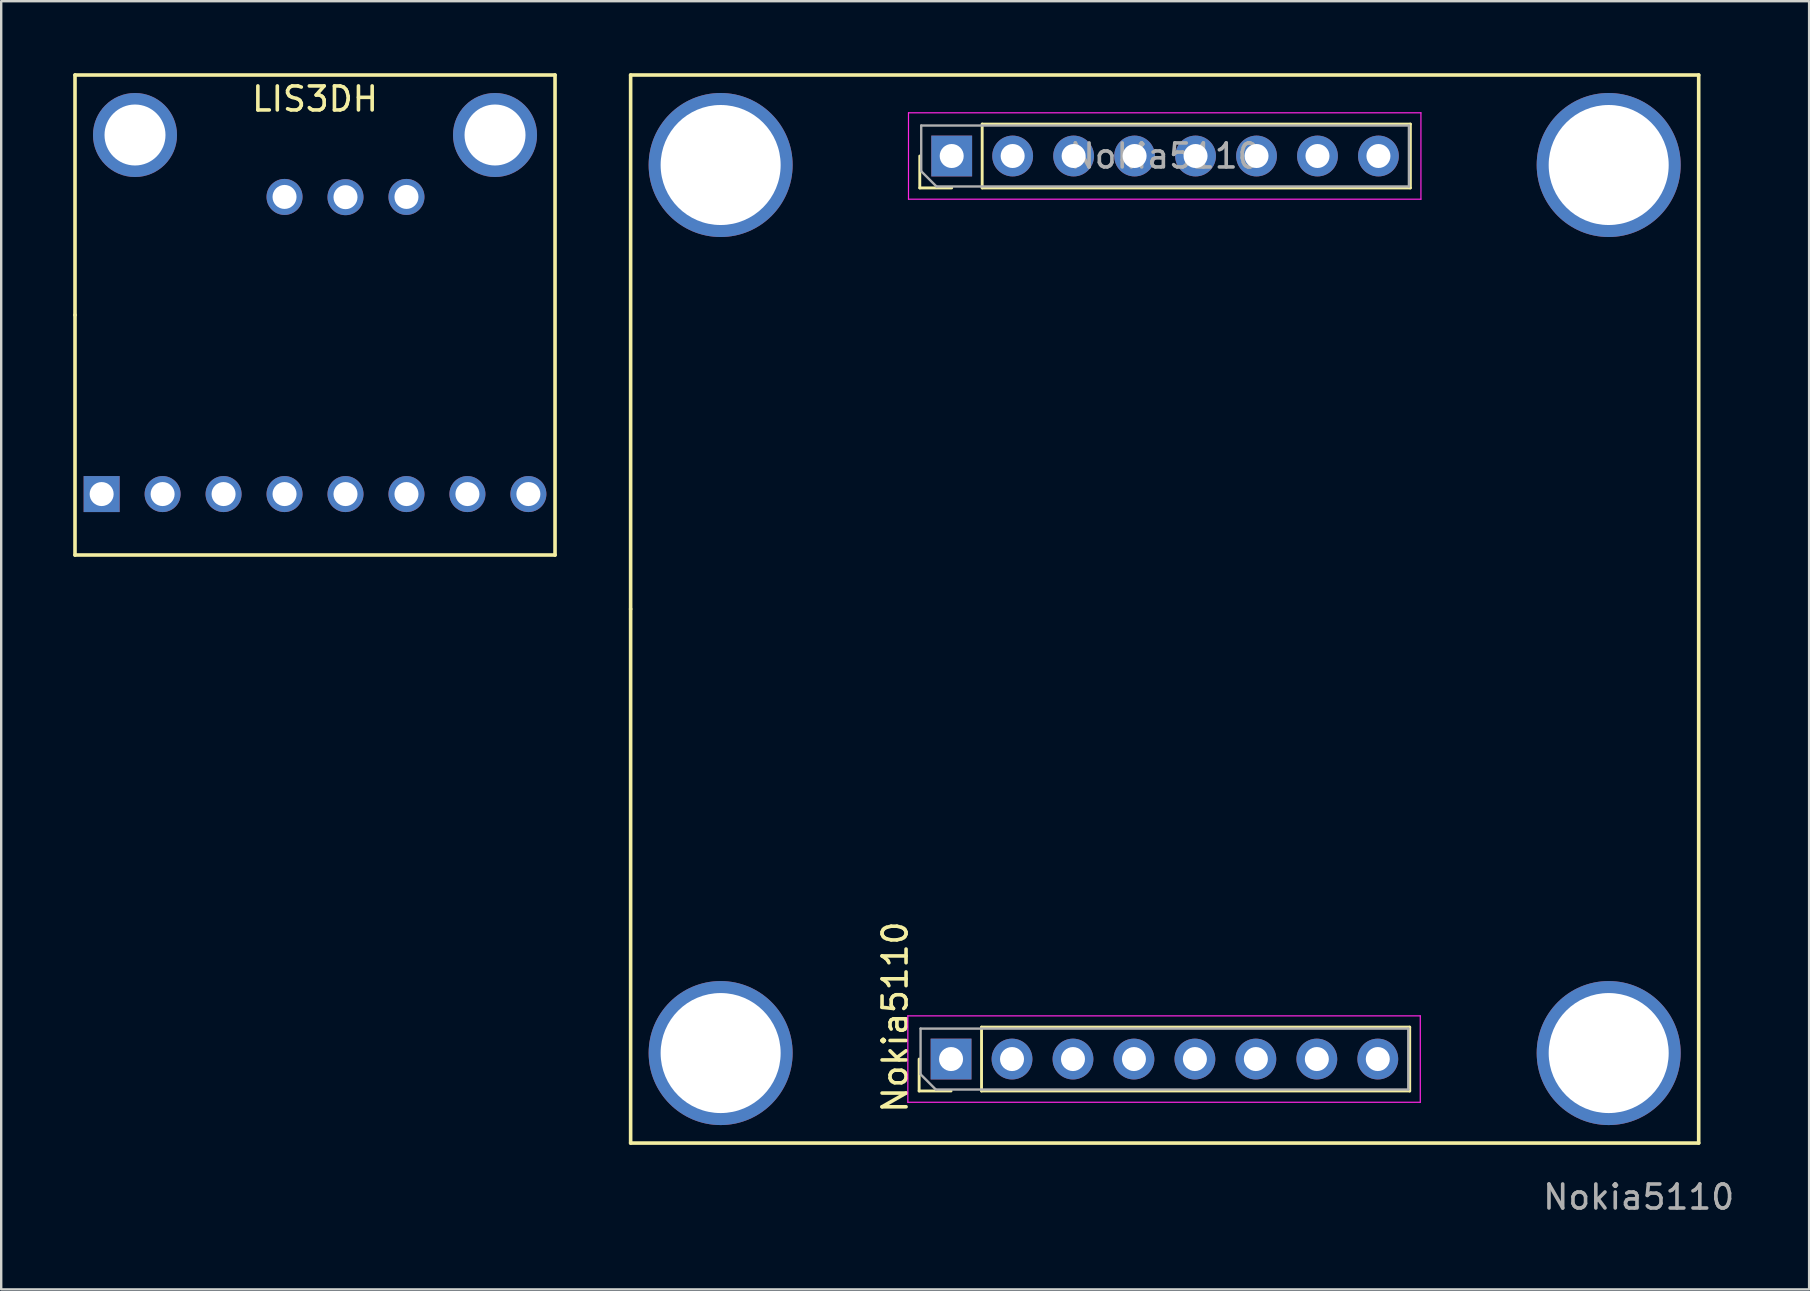
<source format=kicad_pcb>
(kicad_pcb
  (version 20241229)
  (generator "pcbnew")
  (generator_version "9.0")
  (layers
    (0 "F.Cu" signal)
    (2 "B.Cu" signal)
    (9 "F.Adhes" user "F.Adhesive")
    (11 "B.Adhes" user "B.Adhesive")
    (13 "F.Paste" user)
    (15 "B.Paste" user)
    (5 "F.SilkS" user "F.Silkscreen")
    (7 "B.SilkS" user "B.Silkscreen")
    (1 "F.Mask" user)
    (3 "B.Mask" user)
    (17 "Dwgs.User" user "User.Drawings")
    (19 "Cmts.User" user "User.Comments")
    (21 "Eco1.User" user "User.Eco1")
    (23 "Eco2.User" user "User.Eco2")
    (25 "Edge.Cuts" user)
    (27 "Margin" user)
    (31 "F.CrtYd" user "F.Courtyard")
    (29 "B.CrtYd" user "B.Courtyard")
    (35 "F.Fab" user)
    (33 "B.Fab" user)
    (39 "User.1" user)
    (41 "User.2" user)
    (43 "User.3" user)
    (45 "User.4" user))
  (footprint "Nokia5110"
    (layer "F.Cu")
    (at 45.475 22.325)
    (property "Reference" "Nokia5110" (at -11.23 17 90) (layer "F.SilkS") (effects (font (size 1 1) (thickness 0.15))))
    (attr through_hole)
    (fp_line (start -22.25 -22.25) (end 22.25 -22.25) (stroke (width 0.15) (type solid)) (layer "F.SilkS"))
    (fp_line (start -22.25 0) (end -22.25 -22.25) (stroke (width 0.15) (type solid)) (layer "F.SilkS"))
    (fp_line (start -22.25 22.25) (end -22.25 0) (stroke (width 0.15) (type solid)) (layer "F.SilkS"))
    (fp_line (start -10.23 20.08) (end -10.23 18.75) (stroke (width 0.12) (type solid)) (layer "F.SilkS"))
    (fp_line (start -10.203 -17.545) (end -10.203 -18.875) (stroke (width 0.12) (type solid)) (layer "F.SilkS"))
    (fp_line (start -8.9 20.08) (end -10.23 20.08) (stroke (width 0.12) (type solid)) (layer "F.SilkS"))
    (fp_line (start -8.873 -17.545) (end -10.203 -17.545) (stroke (width 0.12) (type solid)) (layer "F.SilkS"))
    (fp_line (start -7.63 17.42) (end 10.21 17.42) (stroke (width 0.12) (type solid)) (layer "F.SilkS"))
    (fp_line (start -7.63 20.08) (end -7.63 17.42) (stroke (width 0.12) (type solid)) (layer "F.SilkS"))
    (fp_line (start -7.63 20.08) (end 10.21 20.08) (stroke (width 0.12) (type solid)) (layer "F.SilkS"))
    (fp_line (start -7.603 -20.205) (end 10.237 -20.205) (stroke (width 0.12) (type solid)) (layer "F.SilkS"))
    (fp_line (start -7.603 -17.545) (end -7.603 -20.205) (stroke (width 0.12) (type solid)) (layer "F.SilkS"))
    (fp_line (start -7.603 -17.545) (end 10.237 -17.545) (stroke (width 0.12) (type solid)) (layer "F.SilkS"))
    (fp_line (start 10.21 20.08) (end 10.21 17.42) (stroke (width 0.12) (type solid)) (layer "F.SilkS"))
    (fp_line (start 10.237 -17.545) (end 10.237 -20.205) (stroke (width 0.12) (type solid)) (layer "F.SilkS"))
    (fp_line (start 22.25 -22.25) (end 22.25 22.25) (stroke (width 0.15) (type solid)) (layer "F.SilkS"))
    (fp_line (start 22.25 22.25) (end -22.25 22.25) (stroke (width 0.15) (type solid)) (layer "F.SilkS"))
    (fp_line (start -10.7 16.95) (end -10.7 20.55) (stroke (width 0.05) (type solid)) (layer "F.CrtYd"))
    (fp_line (start -10.7 20.55) (end 10.65 20.55) (stroke (width 0.05) (type solid)) (layer "F.CrtYd"))
    (fp_line (start -10.673 -20.675) (end -10.673 -17.075) (stroke (width 0.05) (type solid)) (layer "F.CrtYd"))
    (fp_line (start -10.673 -17.075) (end 10.677 -17.075) (stroke (width 0.05) (type solid)) (layer "F.CrtYd"))
    (fp_line (start 10.65 16.95) (end -10.7 16.95) (stroke (width 0.05) (type solid)) (layer "F.CrtYd"))
    (fp_line (start 10.65 20.55) (end 10.65 16.95) (stroke (width 0.05) (type solid)) (layer "F.CrtYd"))
    (fp_line (start 10.677 -20.675) (end -10.673 -20.675) (stroke (width 0.05) (type solid)) (layer "F.CrtYd"))
    (fp_line (start 10.677 -17.075) (end 10.677 -20.675) (stroke (width 0.05) (type solid)) (layer "F.CrtYd"))
    (fp_line (start -10.17 17.48) (end 10.15 17.48) (stroke (width 0.1) (type solid)) (layer "F.Fab"))
    (fp_line (start -10.17 19.385) (end -10.17 17.48) (stroke (width 0.1) (type solid)) (layer "F.Fab"))
    (fp_line (start -10.143 -20.145) (end 10.177 -20.145) (stroke (width 0.1) (type solid)) (layer "F.Fab"))
    (fp_line (start -10.143 -18.24) (end -10.143 -20.145) (stroke (width 0.1) (type solid)) (layer "F.Fab"))
    (fp_line (start -9.535 20.02) (end -10.17 19.385) (stroke (width 0.1) (type solid)) (layer "F.Fab"))
    (fp_line (start -9.508 -17.605) (end -10.143 -18.24) (stroke (width 0.1) (type solid)) (layer "F.Fab"))
    (fp_line (start 10.15 17.48) (end 10.15 20.02) (stroke (width 0.1) (type solid)) (layer "F.Fab"))
    (fp_line (start 10.15 20.02) (end -9.535 20.02) (stroke (width 0.1) (type solid)) (layer "F.Fab"))
    (fp_line (start 10.177 -20.145) (end 10.177 -17.605) (stroke (width 0.1) (type solid)) (layer "F.Fab"))
    (fp_line (start 10.177 -17.605) (end -9.508 -17.605) (stroke (width 0.1) (type solid)) (layer "F.Fab"))
    (fp_text user "${REFERENCE}" (at 19.75 24.5 180) (layer "F.Fab") (effects (font (size 1 1) (thickness 0.15))))
    (fp_text user "${REFERENCE}" (at 0.017 -18.875 180) (layer "F.Fab") (effects (font (size 1 1) (thickness 0.15))))
    (pad "" thru_hole circle (at -18.5 -18.5) (size 6 6) (drill 5) (layers "*.Cu" "*.Mask"))
    (pad "" thru_hole circle (at -18.5 18.5) (size 6 6) (drill 5) (layers "*.Cu" "*.Mask"))
    (pad "" thru_hole rect (at -8.873 -18.875 90) (size 1.7 1.7) (drill 1) (layers "*.Cu" "*.Mask"))
    (pad "" thru_hole oval (at -6.333 -18.875 90) (size 1.7 1.7) (drill 1) (layers "*.Cu" "*.Mask"))
    (pad "" thru_hole oval (at -3.793 -18.875 90) (size 1.7 1.7) (drill 1) (layers "*.Cu" "*.Mask"))
    (pad "" thru_hole oval (at -1.253 -18.875 90) (size 1.7 1.7) (drill 1) (layers "*.Cu" "*.Mask"))
    (pad "" thru_hole oval (at 1.287 -18.875 90) (size 1.7 1.7) (drill 1) (layers "*.Cu" "*.Mask"))
    (pad "" thru_hole oval (at 3.827 -18.875 90) (size 1.7 1.7) (drill 1) (layers "*.Cu" "*.Mask"))
    (pad "" thru_hole oval (at 6.367 -18.875 90) (size 1.7 1.7) (drill 1) (layers "*.Cu" "*.Mask"))
    (pad "" thru_hole oval (at 8.907 -18.875 90) (size 1.7 1.7) (drill 1) (layers "*.Cu" "*.Mask"))
    (pad "" thru_hole circle (at 18.5 -18.5) (size 6 6) (drill 5) (layers "*.Cu" "*.Mask"))
    (pad "" thru_hole circle (at 18.5 18.5) (size 6 6) (drill 5) (layers "*.Cu" "*.Mask"))
    (pad "1" thru_hole rect (at -8.9 18.75 90) (size 1.7 1.7) (drill 1) (layers "*.Cu" "*.Mask"))
    (pad "2" thru_hole oval (at -6.36 18.75 90) (size 1.7 1.7) (drill 1) (layers "*.Cu" "*.Mask"))
    (pad "3" thru_hole oval (at -3.82 18.75 90) (size 1.7 1.7) (drill 1) (layers "*.Cu" "*.Mask"))
    (pad "4" thru_hole oval (at -1.28 18.75 90) (size 1.7 1.7) (drill 1) (layers "*.Cu" "*.Mask"))
    (pad "5" thru_hole oval (at 1.26 18.75 90) (size 1.7 1.7) (drill 1) (layers "*.Cu" "*.Mask"))
    (pad "6" thru_hole oval (at 3.8 18.75 90) (size 1.7 1.7) (drill 1) (layers "*.Cu" "*.Mask"))
    (pad "7" thru_hole oval (at 6.34 18.75 90) (size 1.7 1.7) (drill 1) (layers "*.Cu" "*.Mask"))
    (pad "8" thru_hole oval (at 8.88 18.75 90) (size 1.7 1.7) (drill 1) (layers "*.Cu" "*.Mask")))
  (footprint "LIS3DH"
    (layer "F.Cu")
    (at 10.075 10.075)
    (property "Reference" "LIS3DH" (at 0 -9 0) (layer "F.SilkS") (effects (font (size 1 1) (thickness 0.15))))
    (attr through_hole)
    (fp_line (start -10 -10) (end 10 -10) (stroke (width 0.15) (type solid)) (layer "F.SilkS"))
    (fp_line (start -10 0) (end -10 -10) (stroke (width 0.15) (type solid)) (layer "F.SilkS"))
    (fp_line (start -10 10) (end -10 0) (stroke (width 0.15) (type solid)) (layer "F.SilkS"))
    (fp_line (start 10 -10) (end 10 10) (stroke (width 0.15) (type solid)) (layer "F.SilkS"))
    (fp_line (start 10 10) (end -10 10) (stroke (width 0.15) (type solid)) (layer "F.SilkS"))
    (pad "1" thru_hole rect (at -8.89 7.46) (size 1.5 1.5) (drill 1) (layers "*.Cu" "*.Mask"))
    (pad "1" thru_hole circle (at -7.5 -7.5) (size 3.5 3.5) (drill 2.54) (layers "*.Cu" "*.Mask"))
    (pad "2" thru_hole circle (at -6.35 7.46) (size 1.5 1.5) (drill 1) (layers "*.Cu" "*.Mask"))
    (pad "2" thru_hole circle (at 7.5 -7.5) (size 3.5 3.5) (drill 2.54) (layers "*.Cu" "*.Mask"))
    (pad "3" thru_hole circle (at -3.81 7.46) (size 1.5 1.5) (drill 1) (layers "*.Cu" "*.Mask"))
    (pad "4" thru_hole circle (at -1.27 7.46) (size 1.5 1.5) (drill 1) (layers "*.Cu" "*.Mask"))
    (pad "5" thru_hole circle (at 1.27 7.46) (size 1.5 1.5) (drill 1) (layers "*.Cu" "*.Mask"))
    (pad "6" thru_hole circle (at 3.81 7.46) (size 1.5 1.5) (drill 1) (layers "*.Cu" "*.Mask"))
    (pad "7" thru_hole circle (at 6.35 7.46) (size 1.5 1.5) (drill 1) (layers "*.Cu" "*.Mask"))
    (pad "8" thru_hole circle (at 8.89 7.46) (size 1.5 1.5) (drill 1) (layers "*.Cu" "*.Mask"))
    (pad "9" thru_hole circle (at -1.27 -4.92) (size 1.5 1.5) (drill 1) (layers "*.Cu" "*.Mask"))
    (pad "10" thru_hole circle (at 1.27 -4.91) (size 1.5 1.5) (drill 1) (layers "*.Cu" "*.Mask"))
    (pad "11" thru_hole circle (at 3.81 -4.92) (size 1.5 1.5) (drill 1) (layers "*.Cu" "*.Mask")))
  (gr_rect
    (start -3 -3)
    (end 72.326 50.673)
    (stroke (width 0.1) (type default))
    (fill no)
    (layer "Edge.Cuts")))
</source>
